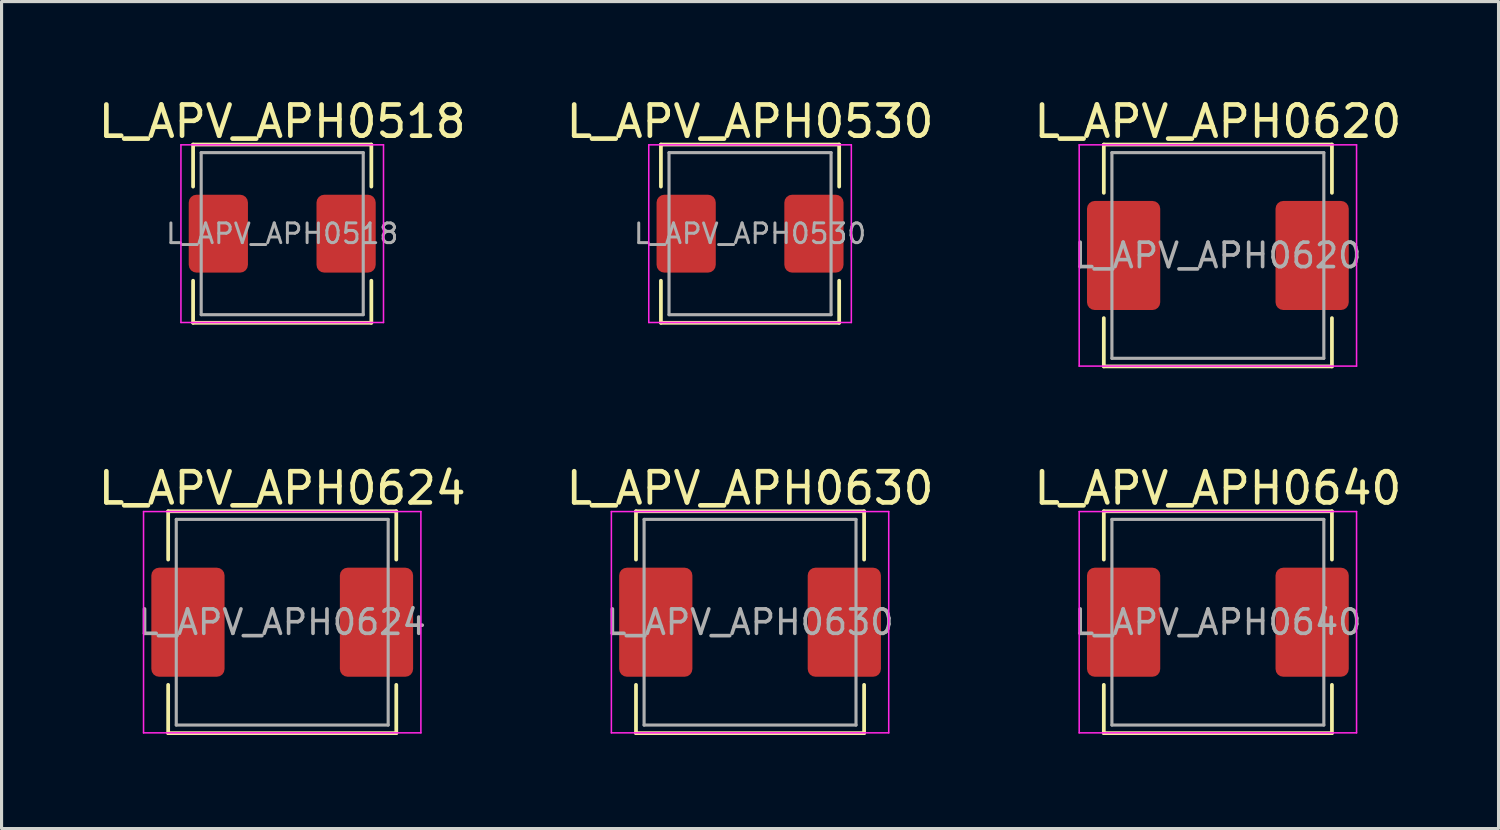
<source format=kicad_pcb>
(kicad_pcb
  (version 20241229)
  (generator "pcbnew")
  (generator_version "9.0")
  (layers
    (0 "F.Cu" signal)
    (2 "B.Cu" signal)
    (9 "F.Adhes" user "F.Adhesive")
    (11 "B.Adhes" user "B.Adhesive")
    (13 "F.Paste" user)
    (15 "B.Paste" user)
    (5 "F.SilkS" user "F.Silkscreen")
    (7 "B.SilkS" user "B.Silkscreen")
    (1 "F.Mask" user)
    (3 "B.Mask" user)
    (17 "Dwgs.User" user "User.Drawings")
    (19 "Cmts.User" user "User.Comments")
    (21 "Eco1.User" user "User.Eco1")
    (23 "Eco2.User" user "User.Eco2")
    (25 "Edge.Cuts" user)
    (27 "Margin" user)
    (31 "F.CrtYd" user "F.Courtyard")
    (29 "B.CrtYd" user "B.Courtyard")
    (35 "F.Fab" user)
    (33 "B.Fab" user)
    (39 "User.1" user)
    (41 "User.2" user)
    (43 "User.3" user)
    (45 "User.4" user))
  (footprint "L_APV_APH0640"
    (layer "F.Cu")
    (at 36.03 16.916)
    (property "Reference" "L_APV_APH0640" (at 0 -4.3 0) (layer "F.SilkS") (effects (font (size 1 1) (thickness 0.15))))
    (attr smd)
    (fp_line (start -3.66 -3.56) (end -3.66 -2.01) (stroke (width 0.12) (type solid)) (layer "F.SilkS"))
    (fp_line (start -3.66 -3.56) (end 3.66 -3.56) (stroke (width 0.12) (type solid)) (layer "F.SilkS"))
    (fp_line (start -3.66 3.56) (end -3.66 2.01) (stroke (width 0.12) (type solid)) (layer "F.SilkS"))
    (fp_line (start -3.66 3.56) (end 3.66 3.56) (stroke (width 0.12) (type solid)) (layer "F.SilkS"))
    (fp_line (start 3.66 -3.56) (end 3.66 -2.01) (stroke (width 0.12) (type solid)) (layer "F.SilkS"))
    (fp_line (start 3.66 3.56) (end 3.66 2.01) (stroke (width 0.12) (type solid)) (layer "F.SilkS"))
    (fp_line (start -4.45 -3.55) (end -4.45 3.55) (stroke (width 0.05) (type solid)) (layer "F.CrtYd"))
    (fp_line (start -4.45 3.55) (end 4.45 3.55) (stroke (width 0.05) (type solid)) (layer "F.CrtYd"))
    (fp_line (start 4.45 -3.55) (end -4.45 -3.55) (stroke (width 0.05) (type solid)) (layer "F.CrtYd"))
    (fp_line (start 4.45 3.55) (end 4.45 -3.55) (stroke (width 0.05) (type solid)) (layer "F.CrtYd"))
    (fp_line (start -3.4 -3.3) (end -3.4 3.3) (stroke (width 0.1) (type solid)) (layer "F.Fab"))
    (fp_line (start -3.4 3.3) (end 3.4 3.3) (stroke (width 0.1) (type solid)) (layer "F.Fab"))
    (fp_line (start 3.4 -3.3) (end -3.4 -3.3) (stroke (width 0.1) (type solid)) (layer "F.Fab"))
    (fp_line (start 3.4 3.3) (end 3.4 -3.3) (stroke (width 0.1) (type solid)) (layer "F.Fab"))
    (fp_text user "${REFERENCE}" (at 0 0 0) (layer "F.Fab") (effects (font (size 0.783 0.783) (thickness 0.117))))
    (pad "1" smd roundrect (at -3.025 0) (size 2.35 3.5) (layers "F.Cu" "F.Mask" "F.Paste") (roundrect_rratio 0.106))
    (pad "2" smd roundrect (at 3.025 0) (size 2.35 3.5) (layers "F.Cu" "F.Mask" "F.Paste") (roundrect_rratio 0.106)))
  (footprint "L_APV_APH0530"
    (layer "F.Cu")
    (at 21.018 4.448)
    (property "Reference" "L_APV_APH0530" (at 0 -3.6 0) (layer "F.SilkS") (effects (font (size 1 1) (thickness 0.15))))
    (attr smd)
    (fp_line (start -2.86 -2.86) (end -2.86 -1.51) (stroke (width 0.12) (type solid)) (layer "F.SilkS"))
    (fp_line (start -2.86 -2.86) (end 2.86 -2.86) (stroke (width 0.12) (type solid)) (layer "F.SilkS"))
    (fp_line (start -2.86 2.86) (end -2.86 1.51) (stroke (width 0.12) (type solid)) (layer "F.SilkS"))
    (fp_line (start -2.86 2.86) (end 2.86 2.86) (stroke (width 0.12) (type solid)) (layer "F.SilkS"))
    (fp_line (start 2.86 -2.86) (end 2.86 -1.51) (stroke (width 0.12) (type solid)) (layer "F.SilkS"))
    (fp_line (start 2.86 2.86) (end 2.86 1.51) (stroke (width 0.12) (type solid)) (layer "F.SilkS"))
    (fp_line (start -3.25 -2.85) (end -3.25 2.85) (stroke (width 0.05) (type solid)) (layer "F.CrtYd"))
    (fp_line (start -3.25 2.85) (end 3.25 2.85) (stroke (width 0.05) (type solid)) (layer "F.CrtYd"))
    (fp_line (start 3.25 -2.85) (end -3.25 -2.85) (stroke (width 0.05) (type solid)) (layer "F.CrtYd"))
    (fp_line (start 3.25 2.85) (end 3.25 -2.85) (stroke (width 0.05) (type solid)) (layer "F.CrtYd"))
    (fp_line (start -2.6 -2.6) (end -2.6 2.6) (stroke (width 0.1) (type solid)) (layer "F.Fab"))
    (fp_line (start -2.6 2.6) (end 2.6 2.6) (stroke (width 0.1) (type solid)) (layer "F.Fab"))
    (fp_line (start 2.6 -2.6) (end -2.6 -2.6) (stroke (width 0.1) (type solid)) (layer "F.Fab"))
    (fp_line (start 2.6 2.6) (end 2.6 -2.6) (stroke (width 0.1) (type solid)) (layer "F.Fab"))
    (fp_text user "${REFERENCE}" (at 0 0 0) (layer "F.Fab") (effects (font (size 0.633 0.633) (thickness 0.095))))
    (pad "1" smd roundrect (at -2.05 0) (size 1.9 2.5) (layers "F.Cu" "F.Mask" "F.Paste") (roundrect_rratio 0.132))
    (pad "2" smd roundrect (at 2.05 0) (size 1.9 2.5) (layers "F.Cu" "F.Mask" "F.Paste") (roundrect_rratio 0.132)))
  (footprint "L_APV_APH0518"
    (layer "F.Cu")
    (at 6.006 4.448)
    (property "Reference" "L_APV_APH0518" (at 0 -3.6 0) (layer "F.SilkS") (effects (font (size 1 1) (thickness 0.15))))
    (attr smd)
    (fp_line (start -2.86 -2.86) (end -2.86 -1.51) (stroke (width 0.12) (type solid)) (layer "F.SilkS"))
    (fp_line (start -2.86 -2.86) (end 2.86 -2.86) (stroke (width 0.12) (type solid)) (layer "F.SilkS"))
    (fp_line (start -2.86 2.86) (end -2.86 1.51) (stroke (width 0.12) (type solid)) (layer "F.SilkS"))
    (fp_line (start -2.86 2.86) (end 2.86 2.86) (stroke (width 0.12) (type solid)) (layer "F.SilkS"))
    (fp_line (start 2.86 -2.86) (end 2.86 -1.51) (stroke (width 0.12) (type solid)) (layer "F.SilkS"))
    (fp_line (start 2.86 2.86) (end 2.86 1.51) (stroke (width 0.12) (type solid)) (layer "F.SilkS"))
    (fp_line (start -3.25 -2.85) (end -3.25 2.85) (stroke (width 0.05) (type solid)) (layer "F.CrtYd"))
    (fp_line (start -3.25 2.85) (end 3.25 2.85) (stroke (width 0.05) (type solid)) (layer "F.CrtYd"))
    (fp_line (start 3.25 -2.85) (end -3.25 -2.85) (stroke (width 0.05) (type solid)) (layer "F.CrtYd"))
    (fp_line (start 3.25 2.85) (end 3.25 -2.85) (stroke (width 0.05) (type solid)) (layer "F.CrtYd"))
    (fp_line (start -2.6 -2.6) (end -2.6 2.6) (stroke (width 0.1) (type solid)) (layer "F.Fab"))
    (fp_line (start -2.6 2.6) (end 2.6 2.6) (stroke (width 0.1) (type solid)) (layer "F.Fab"))
    (fp_line (start 2.6 -2.6) (end -2.6 -2.6) (stroke (width 0.1) (type solid)) (layer "F.Fab"))
    (fp_line (start 2.6 2.6) (end 2.6 -2.6) (stroke (width 0.1) (type solid)) (layer "F.Fab"))
    (fp_text user "${REFERENCE}" (at 0 0 0) (layer "F.Fab") (effects (font (size 0.633 0.633) (thickness 0.095))))
    (pad "1" smd roundrect (at -2.05 0) (size 1.9 2.5) (layers "F.Cu" "F.Mask" "F.Paste") (roundrect_rratio 0.132))
    (pad "2" smd roundrect (at 2.05 0) (size 1.9 2.5) (layers "F.Cu" "F.Mask" "F.Paste") (roundrect_rratio 0.132)))
  (footprint "L_APV_APH0624"
    (layer "F.Cu")
    (at 6.006 16.916)
    (property "Reference" "L_APV_APH0624" (at 0 -4.3 0) (layer "F.SilkS") (effects (font (size 1 1) (thickness 0.15))))
    (attr smd)
    (fp_line (start -3.66 -3.56) (end -3.66 -2.01) (stroke (width 0.12) (type solid)) (layer "F.SilkS"))
    (fp_line (start -3.66 -3.56) (end 3.66 -3.56) (stroke (width 0.12) (type solid)) (layer "F.SilkS"))
    (fp_line (start -3.66 3.56) (end -3.66 2.01) (stroke (width 0.12) (type solid)) (layer "F.SilkS"))
    (fp_line (start -3.66 3.56) (end 3.66 3.56) (stroke (width 0.12) (type solid)) (layer "F.SilkS"))
    (fp_line (start 3.66 -3.56) (end 3.66 -2.01) (stroke (width 0.12) (type solid)) (layer "F.SilkS"))
    (fp_line (start 3.66 3.56) (end 3.66 2.01) (stroke (width 0.12) (type solid)) (layer "F.SilkS"))
    (fp_line (start -4.45 -3.55) (end -4.45 3.55) (stroke (width 0.05) (type solid)) (layer "F.CrtYd"))
    (fp_line (start -4.45 3.55) (end 4.45 3.55) (stroke (width 0.05) (type solid)) (layer "F.CrtYd"))
    (fp_line (start 4.45 -3.55) (end -4.45 -3.55) (stroke (width 0.05) (type solid)) (layer "F.CrtYd"))
    (fp_line (start 4.45 3.55) (end 4.45 -3.55) (stroke (width 0.05) (type solid)) (layer "F.CrtYd"))
    (fp_line (start -3.4 -3.3) (end -3.4 3.3) (stroke (width 0.1) (type solid)) (layer "F.Fab"))
    (fp_line (start -3.4 3.3) (end 3.4 3.3) (stroke (width 0.1) (type solid)) (layer "F.Fab"))
    (fp_line (start 3.4 -3.3) (end -3.4 -3.3) (stroke (width 0.1) (type solid)) (layer "F.Fab"))
    (fp_line (start 3.4 3.3) (end 3.4 -3.3) (stroke (width 0.1) (type solid)) (layer "F.Fab"))
    (fp_text user "${REFERENCE}" (at 0 0 0) (layer "F.Fab") (effects (font (size 0.783 0.783) (thickness 0.117))))
    (pad "1" smd roundrect (at -3.025 0) (size 2.35 3.5) (layers "F.Cu" "F.Mask" "F.Paste") (roundrect_rratio 0.106))
    (pad "2" smd roundrect (at 3.025 0) (size 2.35 3.5) (layers "F.Cu" "F.Mask" "F.Paste") (roundrect_rratio 0.106)))
  (footprint "L_APV_APH0630"
    (layer "F.Cu")
    (at 21.018 16.916)
    (property "Reference" "L_APV_APH0630" (at 0 -4.3 0) (layer "F.SilkS") (effects (font (size 1 1) (thickness 0.15))))
    (attr smd)
    (fp_line (start -3.66 -3.56) (end -3.66 -2.01) (stroke (width 0.12) (type solid)) (layer "F.SilkS"))
    (fp_line (start -3.66 -3.56) (end 3.66 -3.56) (stroke (width 0.12) (type solid)) (layer "F.SilkS"))
    (fp_line (start -3.66 3.56) (end -3.66 2.01) (stroke (width 0.12) (type solid)) (layer "F.SilkS"))
    (fp_line (start -3.66 3.56) (end 3.66 3.56) (stroke (width 0.12) (type solid)) (layer "F.SilkS"))
    (fp_line (start 3.66 -3.56) (end 3.66 -2.01) (stroke (width 0.12) (type solid)) (layer "F.SilkS"))
    (fp_line (start 3.66 3.56) (end 3.66 2.01) (stroke (width 0.12) (type solid)) (layer "F.SilkS"))
    (fp_line (start -4.45 -3.55) (end -4.45 3.55) (stroke (width 0.05) (type solid)) (layer "F.CrtYd"))
    (fp_line (start -4.45 3.55) (end 4.45 3.55) (stroke (width 0.05) (type solid)) (layer "F.CrtYd"))
    (fp_line (start 4.45 -3.55) (end -4.45 -3.55) (stroke (width 0.05) (type solid)) (layer "F.CrtYd"))
    (fp_line (start 4.45 3.55) (end 4.45 -3.55) (stroke (width 0.05) (type solid)) (layer "F.CrtYd"))
    (fp_line (start -3.4 -3.3) (end -3.4 3.3) (stroke (width 0.1) (type solid)) (layer "F.Fab"))
    (fp_line (start -3.4 3.3) (end 3.4 3.3) (stroke (width 0.1) (type solid)) (layer "F.Fab"))
    (fp_line (start 3.4 -3.3) (end -3.4 -3.3) (stroke (width 0.1) (type solid)) (layer "F.Fab"))
    (fp_line (start 3.4 3.3) (end 3.4 -3.3) (stroke (width 0.1) (type solid)) (layer "F.Fab"))
    (fp_text user "${REFERENCE}" (at 0 0 0) (layer "F.Fab") (effects (font (size 0.783 0.783) (thickness 0.117))))
    (pad "1" smd roundrect (at -3.025 0) (size 2.35 3.5) (layers "F.Cu" "F.Mask" "F.Paste") (roundrect_rratio 0.106))
    (pad "2" smd roundrect (at 3.025 0) (size 2.35 3.5) (layers "F.Cu" "F.Mask" "F.Paste") (roundrect_rratio 0.106)))
  (footprint "L_APV_APH0620"
    (layer "F.Cu")
    (at 36.03 5.148)
    (property "Reference" "L_APV_APH0620" (at 0 -4.3 0) (layer "F.SilkS") (effects (font (size 1 1) (thickness 0.15))))
    (attr smd)
    (fp_line (start -3.66 -3.56) (end -3.66 -2.01) (stroke (width 0.12) (type solid)) (layer "F.SilkS"))
    (fp_line (start -3.66 -3.56) (end 3.66 -3.56) (stroke (width 0.12) (type solid)) (layer "F.SilkS"))
    (fp_line (start -3.66 3.56) (end -3.66 2.01) (stroke (width 0.12) (type solid)) (layer "F.SilkS"))
    (fp_line (start -3.66 3.56) (end 3.66 3.56) (stroke (width 0.12) (type solid)) (layer "F.SilkS"))
    (fp_line (start 3.66 -3.56) (end 3.66 -2.01) (stroke (width 0.12) (type solid)) (layer "F.SilkS"))
    (fp_line (start 3.66 3.56) (end 3.66 2.01) (stroke (width 0.12) (type solid)) (layer "F.SilkS"))
    (fp_line (start -4.45 -3.55) (end -4.45 3.55) (stroke (width 0.05) (type solid)) (layer "F.CrtYd"))
    (fp_line (start -4.45 3.55) (end 4.45 3.55) (stroke (width 0.05) (type solid)) (layer "F.CrtYd"))
    (fp_line (start 4.45 -3.55) (end -4.45 -3.55) (stroke (width 0.05) (type solid)) (layer "F.CrtYd"))
    (fp_line (start 4.45 3.55) (end 4.45 -3.55) (stroke (width 0.05) (type solid)) (layer "F.CrtYd"))
    (fp_line (start -3.4 -3.3) (end -3.4 3.3) (stroke (width 0.1) (type solid)) (layer "F.Fab"))
    (fp_line (start -3.4 3.3) (end 3.4 3.3) (stroke (width 0.1) (type solid)) (layer "F.Fab"))
    (fp_line (start 3.4 -3.3) (end -3.4 -3.3) (stroke (width 0.1) (type solid)) (layer "F.Fab"))
    (fp_line (start 3.4 3.3) (end 3.4 -3.3) (stroke (width 0.1) (type solid)) (layer "F.Fab"))
    (fp_text user "${REFERENCE}" (at 0 0 0) (layer "F.Fab") (effects (font (size 0.783 0.783) (thickness 0.117))))
    (pad "1" smd roundrect (at -3.025 0) (size 2.35 3.5) (layers "F.Cu" "F.Mask" "F.Paste") (roundrect_rratio 0.106))
    (pad "2" smd roundrect (at 3.025 0) (size 2.35 3.5) (layers "F.Cu" "F.Mask" "F.Paste") (roundrect_rratio 0.106)))
  (gr_rect
    (start -3 -3)
    (end 45.036 23.537)
    (stroke (width 0.1) (type default))
    (fill no)
    (layer "Edge.Cuts")))
</source>
